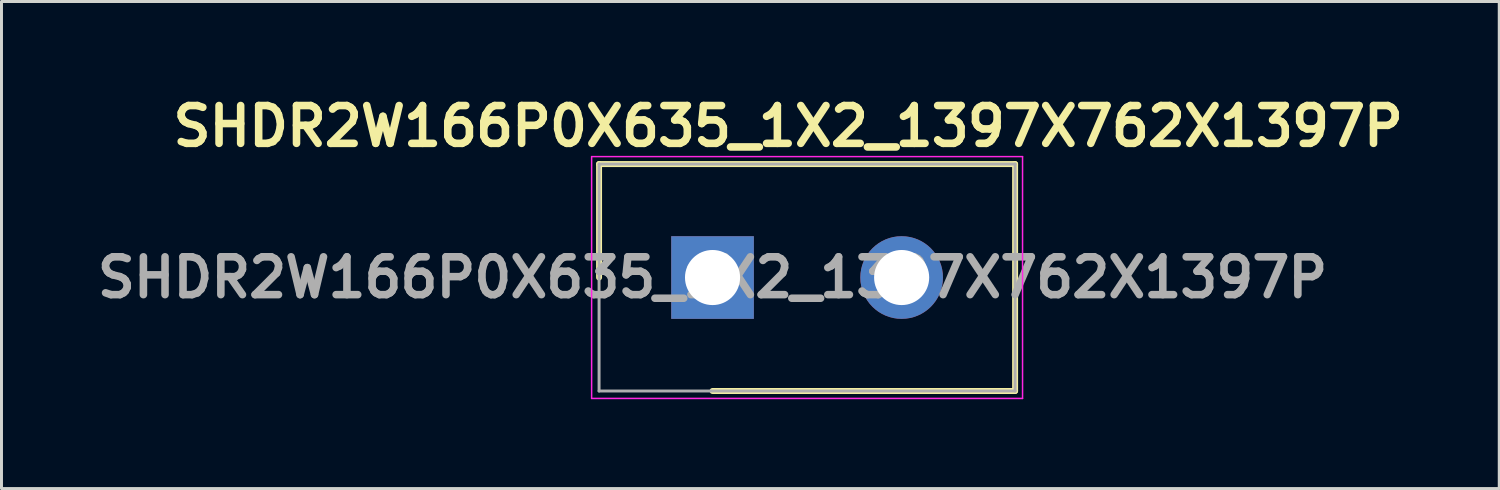
<source format=kicad_pcb>
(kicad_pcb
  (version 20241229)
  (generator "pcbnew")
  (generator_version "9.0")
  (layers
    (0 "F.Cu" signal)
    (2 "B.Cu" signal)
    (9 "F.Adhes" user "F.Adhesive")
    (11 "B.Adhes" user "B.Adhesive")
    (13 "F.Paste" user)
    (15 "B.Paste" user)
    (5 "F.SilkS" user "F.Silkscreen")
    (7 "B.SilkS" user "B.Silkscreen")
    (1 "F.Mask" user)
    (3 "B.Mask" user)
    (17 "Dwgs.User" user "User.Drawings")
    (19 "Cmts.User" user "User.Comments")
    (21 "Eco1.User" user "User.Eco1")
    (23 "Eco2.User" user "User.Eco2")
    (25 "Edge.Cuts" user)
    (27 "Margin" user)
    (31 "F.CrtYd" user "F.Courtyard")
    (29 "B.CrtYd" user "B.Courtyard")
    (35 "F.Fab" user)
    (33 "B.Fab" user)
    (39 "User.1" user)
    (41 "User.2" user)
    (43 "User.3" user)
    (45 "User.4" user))
  (footprint "SHDR2W166P0X635_1X2_1397X762X1397P"
    (layer "F.Cu")
    (at 20.876 6.269)
    (property "Reference" "SHDR2W166P0X635_1X2_1397X762X1397P" (at 2.54 -5.08 0) (layer "F.SilkS") (effects (font (size 1.27 1.27) (thickness 0.254))))
    (attr through_hole)
    (fp_line (start -3.81 -3.81) (end -3.81 0) (stroke (width 0.2) (type solid)) (layer "F.SilkS"))
    (fp_line (start 0 3.81) (end 10.16 3.81) (stroke (width 0.2) (type solid)) (layer "F.SilkS"))
    (fp_line (start 10.16 -3.81) (end -3.81 -3.81) (stroke (width 0.2) (type solid)) (layer "F.SilkS"))
    (fp_line (start 10.16 3.81) (end 10.16 -3.81) (stroke (width 0.2) (type solid)) (layer "F.SilkS"))
    (fp_line (start -4.06 -4.06) (end 10.41 -4.06) (stroke (width 0.05) (type solid)) (layer "F.CrtYd"))
    (fp_line (start -4.06 4.06) (end -4.06 -4.06) (stroke (width 0.05) (type solid)) (layer "F.CrtYd"))
    (fp_line (start 10.41 -4.06) (end 10.41 4.06) (stroke (width 0.05) (type solid)) (layer "F.CrtYd"))
    (fp_line (start 10.41 4.06) (end -4.06 4.06) (stroke (width 0.05) (type solid)) (layer "F.CrtYd"))
    (fp_line (start -3.81 -3.81) (end 10.16 -3.81) (stroke (width 0.1) (type solid)) (layer "F.Fab"))
    (fp_line (start -3.81 3.81) (end -3.81 -3.81) (stroke (width 0.1) (type solid)) (layer "F.Fab"))
    (fp_line (start 10.16 -3.81) (end 10.16 3.81) (stroke (width 0.1) (type solid)) (layer "F.Fab"))
    (fp_line (start 10.16 3.81) (end -3.81 3.81) (stroke (width 0.1) (type solid)) (layer "F.Fab"))
    (fp_text user "${REFERENCE}" (at 0 0 0) (layer "F.Fab") (effects (font (size 1.27 1.27) (thickness 0.254))))
    (pad "1" thru_hole rect (at 0 0) (size 2.775 2.775) (drill 1.85) (layers "*.Cu" "*.Mask"))
    (pad "2" thru_hole circle (at 6.35 0) (size 2.775 2.775) (drill 1.85) (layers "*.Cu" "*.Mask")))
  (gr_rect
    (start -3 -3)
    (end 47.293 13.354)
    (stroke (width 0.1) (type default))
    (fill no)
    (layer "Edge.Cuts")))
</source>
